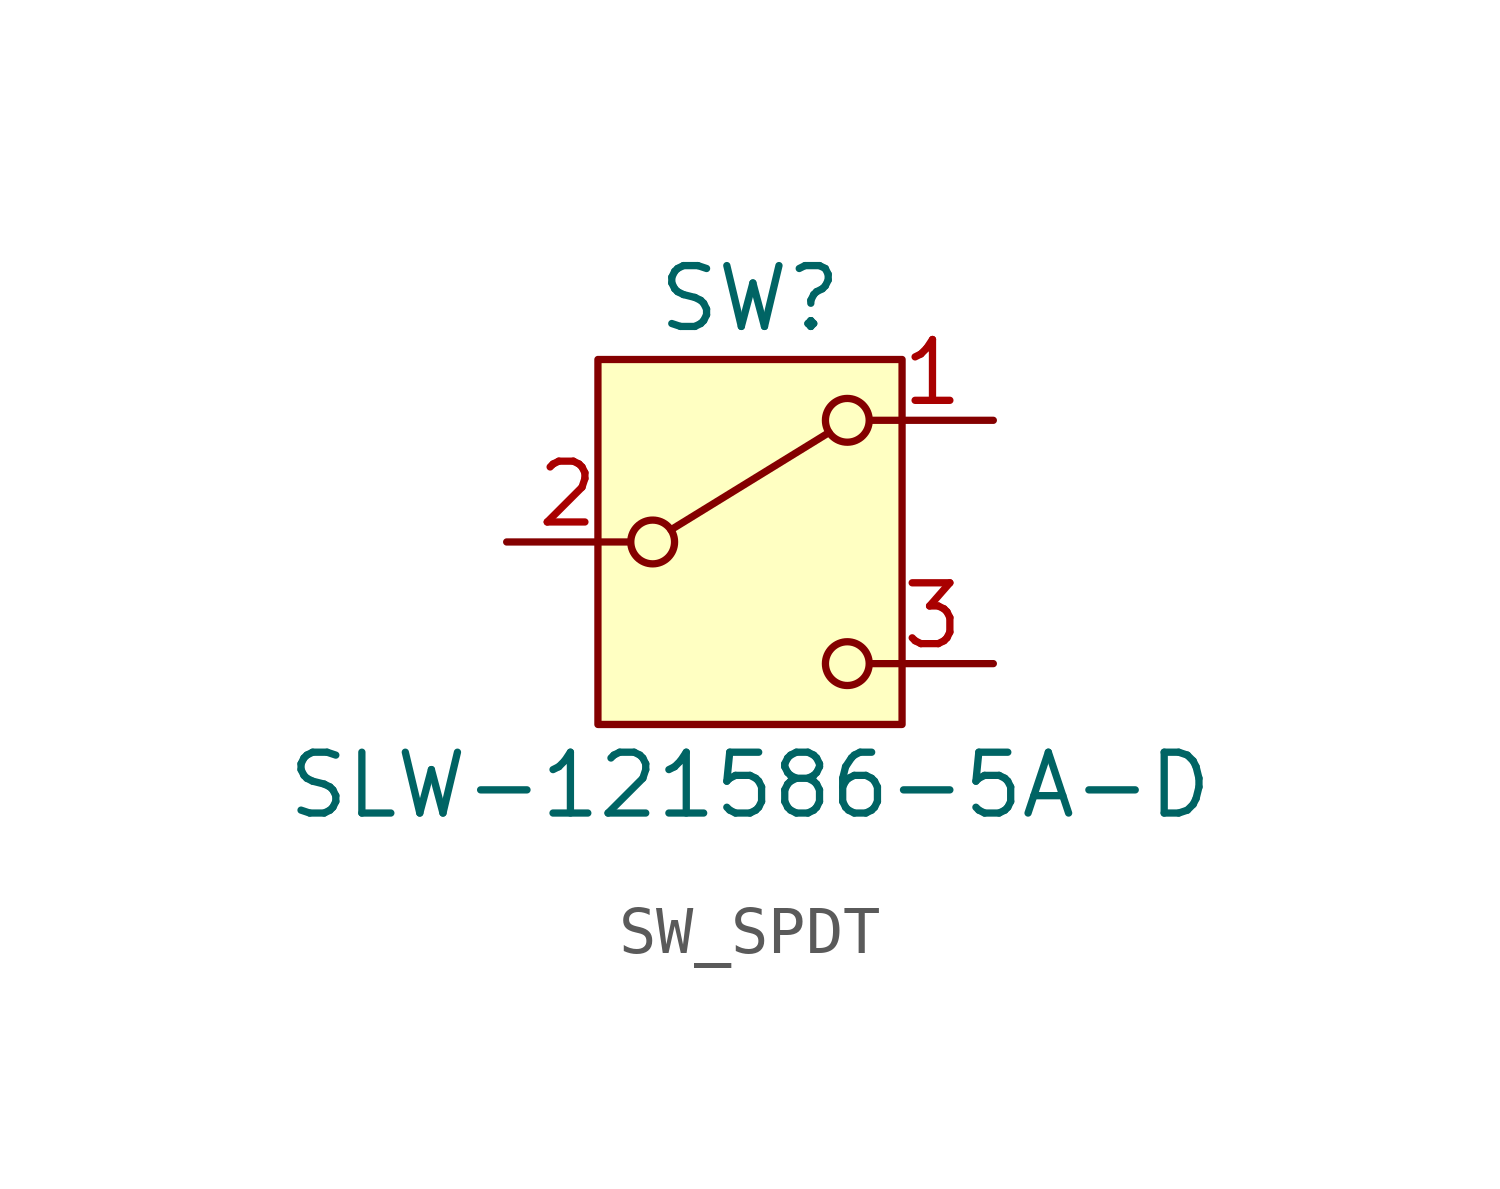
<source format=kicad_sym>
(kicad_symbol_lib
  (version 20241209)
  (generator "kicad_symbol_editor")
  (generator_version "9.0")
  (symbol "SW_SPDT"
    (pin_names
      (offset 0)
      (hide yes))
    (property "Reference" "SW"
      (at 0 5.08 0)
      (effects (font (size 1.27 1.27))))
    (property "Value" "SLW-121586-5A-D"
      (at 0 -5.08 0)
      (effects (font (size 1.27 1.27))))
    (symbol "SW_SPDT_0_1"
      (circle (center -2.032 0) (radius 0.457) (stroke (width 0) (type default)) (fill (type none)))
      (polyline (pts (xy -1.651 0.254) (xy 1.651 2.286)) (stroke (width 0) (type default)) (fill (type none)))
      (circle (center 2.032 2.54) (radius 0.457) (stroke (width 0) (type default)) (fill (type none)))
      (circle (center 2.032 -2.54) (radius 0.457) (stroke (width 0) (type default)) (fill (type none))))
    (symbol "SW_SPDT_1_1"
      (rectangle (start -3.175 3.81) (end 3.175 -3.81) (stroke (width 0) (type default)) (fill (type background)))
      (pin passive line (at -5.08 0 0) (length 2.54) (name "B" (effects (font (size 1.27 1.27)))) (number "2" (effects (font (size 1.27 1.27)))))
      (pin passive line (at 5.08 2.54 180) (length 2.54) (name "A" (effects (font (size 1.27 1.27)))) (number "1" (effects (font (size 1.27 1.27)))))
      (pin passive line (at 5.08 -2.54 180) (length 2.54) (name "C" (effects (font (size 1.27 1.27)))) (number "3" (effects (font (size 1.27 1.27))))))))
</source>
